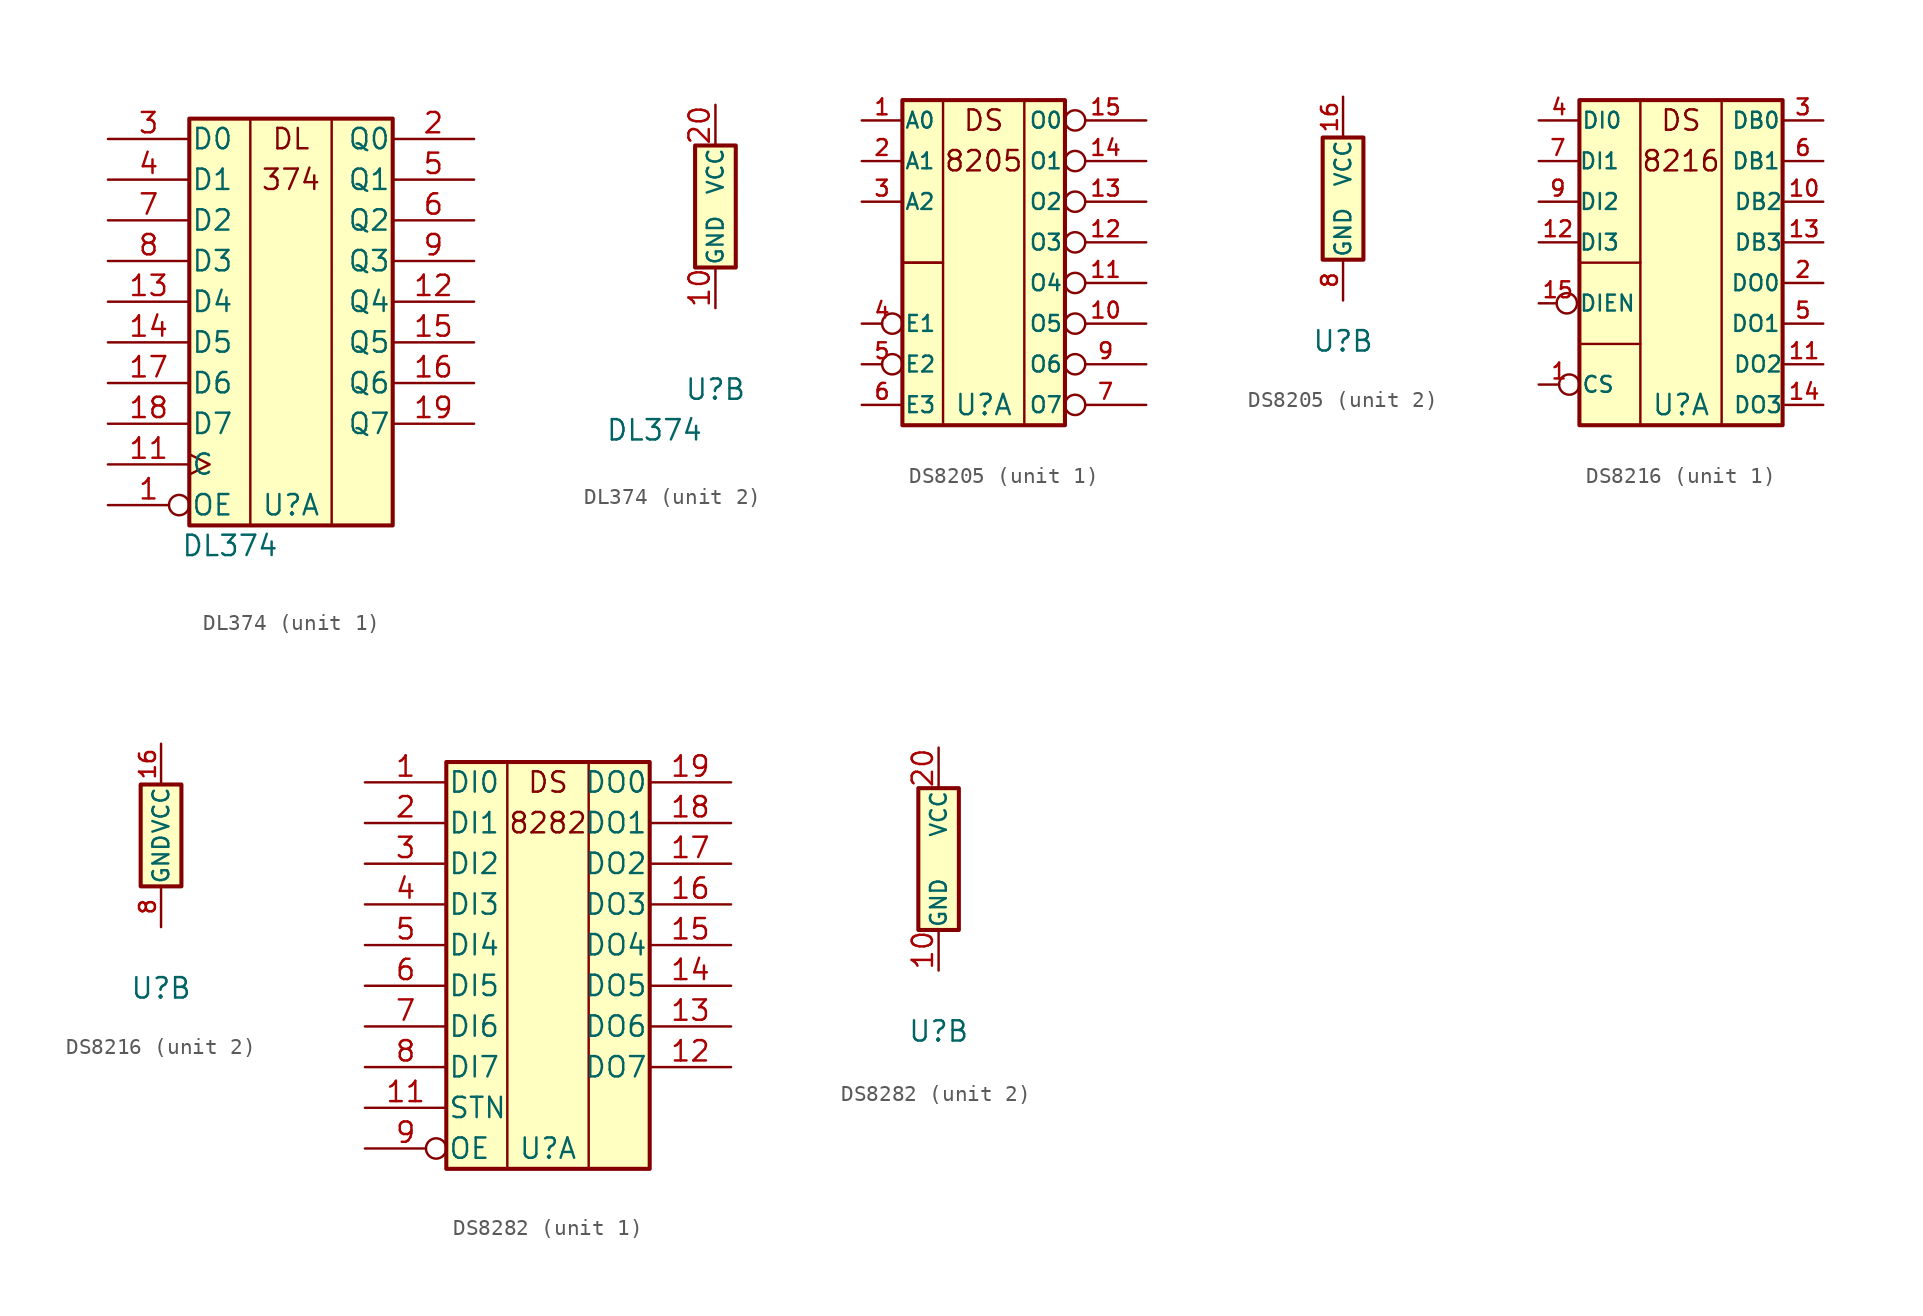
<source format=kicad_sym>
(kicad_symbol_lib
  (version 20211014)
  (generator kicad_symbol_editor)
  (symbol "DL374"
    (pin_names
      (offset 0.102))
    (property "Reference" "U"
      (at 0 -11.43 0)
      (effects (font (size 1.27 1.27))))
    (property "Value" "DL374"
      (at -3.81 -13.97 0)
      (effects (font (size 1.27 1.27))))
    (property "ki_locked" ""
      (at 0 0 0)
      (effects (font (size 1.27 1.27))))
    (symbol "DL374_1_0"
      (pin input inverted (at -11.43 -11.43 0) (length 5.08) (name "OE" (effects (font (size 1.27 1.27)))) (number "1" (effects (font (size 1.27 1.27)))))
      (pin input clock (at -11.43 -8.89 0) (length 5.08) (name "C" (effects (font (size 1.27 1.27)))) (number "11" (effects (font (size 1.27 1.27)))))
      (pin tri_state line (at 11.43 1.27 180) (length 5.08) (name "Q4" (effects (font (size 1.27 1.27)))) (number "12" (effects (font (size 1.27 1.27)))))
      (pin input line (at -11.43 1.27 0) (length 5.08) (name "D4" (effects (font (size 1.27 1.27)))) (number "13" (effects (font (size 1.27 1.27)))))
      (pin input line (at -11.43 -1.27 0) (length 5.08) (name "D5" (effects (font (size 1.27 1.27)))) (number "14" (effects (font (size 1.27 1.27)))))
      (pin tri_state line (at 11.43 -1.27 180) (length 5.08) (name "Q5" (effects (font (size 1.27 1.27)))) (number "15" (effects (font (size 1.27 1.27)))))
      (pin tri_state line (at 11.43 -3.81 180) (length 5.08) (name "Q6" (effects (font (size 1.27 1.27)))) (number "16" (effects (font (size 1.27 1.27)))))
      (pin input line (at -11.43 -3.81 0) (length 5.08) (name "D6" (effects (font (size 1.27 1.27)))) (number "17" (effects (font (size 1.27 1.27)))))
      (pin input line (at -11.43 -6.35 0) (length 5.08) (name "D7" (effects (font (size 1.27 1.27)))) (number "18" (effects (font (size 1.27 1.27)))))
      (pin tri_state line (at 11.43 -6.35 180) (length 5.08) (name "Q7" (effects (font (size 1.27 1.27)))) (number "19" (effects (font (size 1.27 1.27)))))
      (pin tri_state line (at 11.43 11.43 180) (length 5.08) (name "Q0" (effects (font (size 1.27 1.27)))) (number "2" (effects (font (size 1.27 1.27)))))
      (pin input line (at -11.43 11.43 0) (length 5.08) (name "D0" (effects (font (size 1.27 1.27)))) (number "3" (effects (font (size 1.27 1.27)))))
      (pin input line (at -11.43 8.89 0) (length 5.08) (name "D1" (effects (font (size 1.27 1.27)))) (number "4" (effects (font (size 1.27 1.27)))))
      (pin tri_state line (at 11.43 8.89 180) (length 5.08) (name "Q1" (effects (font (size 1.27 1.27)))) (number "5" (effects (font (size 1.27 1.27)))))
      (pin tri_state line (at 11.43 6.35 180) (length 5.08) (name "Q2" (effects (font (size 1.27 1.27)))) (number "6" (effects (font (size 1.27 1.27)))))
      (pin input line (at -11.43 6.35 0) (length 5.08) (name "D2" (effects (font (size 1.27 1.27)))) (number "7" (effects (font (size 1.27 1.27)))))
      (pin input line (at -11.43 3.81 0) (length 5.08) (name "D3" (effects (font (size 1.27 1.27)))) (number "8" (effects (font (size 1.27 1.27)))))
      (pin tri_state line (at 11.43 3.81 180) (length 5.08) (name "Q3" (effects (font (size 1.27 1.27)))) (number "9" (effects (font (size 1.27 1.27))))))
    (symbol "DL374_1_1"
      (rectangle (start -6.35 12.7) (end 6.35 -12.7) (stroke (width 0.254) (type default) (color 0 0 0 0)) (fill (type background)))
      (rectangle (start -2.54 12.7) (end -2.54 -12.7) (stroke (width 0) (type default) (color 0 0 0 0)) (fill (type none)))
      (rectangle (start 2.54 12.7) (end 2.54 -12.7) (stroke (width 0) (type default) (color 0 0 0 0)) (fill (type none)))
      (text "374" (at 0 8.89 0) (effects (font (size 1.27 1.27))))
      (text "DL" (at 0 11.43 0) (effects (font (size 1.27 1.27)))))
    (symbol "DL374_2_0"
      (pin power_in line (at 0 -6.35 90) (length 2.54) (name "GND" (effects (font (size 0.991 0.991)))) (number "10" (effects (font (size 1.27 1.27)))))
      (pin power_in line (at 0 6.35 270) (length 2.54) (name "VCC" (effects (font (size 0.991 0.991)))) (number "20" (effects (font (size 1.27 1.27))))))
    (symbol "DL374_2_1"
      (rectangle (start -1.27 3.81) (end 1.27 -3.81) (stroke (width 0.254) (type default) (color 0 0 0 0)) (fill (type background)))))
  (symbol "DS8205"
    (pin_names
      (offset 0.102))
    (property "Reference" "U"
      (at 0 -8.89 0)
      (effects (font (size 1.27 1.27))))
    (property "ki_locked" ""
      (at 0 0 0)
      (effects (font (size 1.27 1.27))))
    (symbol "DS8205_1_0"
      (text "8205" (at 0 6.35 0) (effects (font (size 1.27 1.27))))
      (text "DS" (at 0 8.89 0) (effects (font (size 1.27 1.27))))
      (pin input line (at -7.62 8.89 0) (length 2.54) (name "A0" (effects (font (size 0.991 0.991)))) (number "1" (effects (font (size 0.991 0.991)))))
      (pin output inverted (at 10.16 -3.81 180) (length 5.08) (name "O5" (effects (font (size 0.991 0.991)))) (number "10" (effects (font (size 0.991 0.991)))))
      (pin output inverted (at 10.16 -1.27 180) (length 5.08) (name "O4" (effects (font (size 0.991 0.991)))) (number "11" (effects (font (size 0.991 0.991)))))
      (pin output inverted (at 10.16 1.27 180) (length 5.08) (name "O3" (effects (font (size 0.991 0.991)))) (number "12" (effects (font (size 0.991 0.991)))))
      (pin output inverted (at 10.16 3.81 180) (length 5.08) (name "O2" (effects (font (size 0.991 0.991)))) (number "13" (effects (font (size 0.991 0.991)))))
      (pin output inverted (at 10.16 6.35 180) (length 5.08) (name "O1" (effects (font (size 0.991 0.991)))) (number "14" (effects (font (size 0.991 0.991)))))
      (pin output inverted (at 10.16 8.89 180) (length 5.08) (name "O0" (effects (font (size 0.991 0.991)))) (number "15" (effects (font (size 0.991 0.991)))))
      (pin input line (at -7.62 6.35 0) (length 2.54) (name "A1" (effects (font (size 0.991 0.991)))) (number "2" (effects (font (size 0.991 0.991)))))
      (pin input line (at -7.62 3.81 0) (length 2.54) (name "A2" (effects (font (size 0.991 0.991)))) (number "3" (effects (font (size 0.991 0.991)))))
      (pin input inverted (at -7.62 -3.81 0) (length 2.54) (name "E1" (effects (font (size 0.991 0.991)))) (number "4" (effects (font (size 0.991 0.991)))))
      (pin input inverted (at -7.62 -6.35 0) (length 2.54) (name "E2" (effects (font (size 0.991 0.991)))) (number "5" (effects (font (size 0.991 0.991)))))
      (pin input line (at -7.62 -8.89 0) (length 2.54) (name "E3" (effects (font (size 0.991 0.991)))) (number "6" (effects (font (size 0.991 0.991)))))
      (pin output inverted (at 10.16 -8.89 180) (length 5.08) (name "O7" (effects (font (size 0.991 0.991)))) (number "7" (effects (font (size 0.991 0.991)))))
      (pin output inverted (at 10.16 -6.35 180) (length 5.08) (name "O6" (effects (font (size 0.991 0.991)))) (number "9" (effects (font (size 0.991 0.991))))))
    (symbol "DS8205_1_1"
      (rectangle (start -5.08 -10.16) (end -2.54 0) (stroke (width 0) (type default) (color 0 0 0 0)) (fill (type none)))
      (rectangle (start -5.08 10.16) (end 5.08 -10.16) (stroke (width 0.254) (type default) (color 0 0 0 0)) (fill (type background)))
      (rectangle (start -2.54 10.16) (end -5.08 0) (stroke (width 0) (type default) (color 0 0 0 0)) (fill (type none)))
      (rectangle (start 2.54 10.16) (end 2.54 -10.16) (stroke (width 0) (type default) (color 0 0 0 0)) (fill (type none))))
    (symbol "DS8205_2_0"
      (pin power_in line (at 0 6.35 270) (length 2.54) (name "VCC" (effects (font (size 0.991 0.991)))) (number "16" (effects (font (size 0.991 0.991)))))
      (pin power_in line (at 0 -6.35 90) (length 2.54) (name "GND" (effects (font (size 0.991 0.991)))) (number "8" (effects (font (size 0.991 0.991))))))
    (symbol "DS8205_2_1"
      (rectangle (start -1.27 3.81) (end 1.27 -3.81) (stroke (width 0.254) (type default) (color 0 0 0 0)) (fill (type background)))))
  (symbol "DS8216"
    (pin_names
      (offset 0.102))
    (property "Reference" "U"
      (at 0 -8.89 0)
      (effects (font (size 1.27 1.27))))
    (property "ki_locked" ""
      (at 0 0 0)
      (effects (font (size 1.27 1.27))))
    (symbol "DS8216_1_0"
      (rectangle (start -6.35 -5.08) (end -2.54 -5.08) (stroke (width 0) (type default) (color 0 0 0 0)) (fill (type none)))
      (text "8216" (at 0 6.35 0) (effects (font (size 1.27 1.27))))
      (text "DS" (at 0 8.89 0) (effects (font (size 1.27 1.27))))
      (pin input inverted (at -8.89 -7.62 0) (length 2.54) (name "CS" (effects (font (size 0.991 0.991)))) (number "1" (effects (font (size 0.991 0.991)))))
      (pin tri_state line (at 8.89 3.81 180) (length 2.388) (name "DB2" (effects (font (size 0.991 0.991)))) (number "10" (effects (font (size 0.991 0.991)))))
      (pin output line (at 8.89 -6.35 180) (length 2.388) (name "DO2" (effects (font (size 0.991 0.991)))) (number "11" (effects (font (size 0.991 0.991)))))
      (pin input line (at -8.89 1.27 0) (length 2.388) (name "DI3" (effects (font (size 0.991 0.991)))) (number "12" (effects (font (size 0.991 0.991)))))
      (pin tri_state line (at 8.89 1.27 180) (length 2.388) (name "DB3" (effects (font (size 0.991 0.991)))) (number "13" (effects (font (size 0.991 0.991)))))
      (pin output line (at 8.89 -8.89 180) (length 2.388) (name "DO3" (effects (font (size 0.991 0.991)))) (number "14" (effects (font (size 0.991 0.991)))))
      (pin input inverted (at -8.89 -2.54 0) (length 2.388) (name "DIEN" (effects (font (size 0.991 0.991)))) (number "15" (effects (font (size 0.991 0.991)))))
      (pin output line (at 8.89 -1.27 180) (length 2.54) (name "DO0" (effects (font (size 0.991 0.991)))) (number "2" (effects (font (size 0.991 0.991)))))
      (pin tri_state line (at 8.89 8.89 180) (length 2.54) (name "DB0" (effects (font (size 0.991 0.991)))) (number "3" (effects (font (size 0.991 0.991)))))
      (pin input line (at -8.89 8.89 0) (length 2.54) (name "DI0" (effects (font (size 0.991 0.991)))) (number "4" (effects (font (size 0.991 0.991)))))
      (pin output line (at 8.89 -3.81 180) (length 2.54) (name "DO1" (effects (font (size 0.991 0.991)))) (number "5" (effects (font (size 0.991 0.991)))))
      (pin tri_state line (at 8.89 6.35 180) (length 2.54) (name "DB1" (effects (font (size 0.991 0.991)))) (number "6" (effects (font (size 0.991 0.991)))))
      (pin input line (at -8.89 6.35 0) (length 2.388) (name "DI1" (effects (font (size 0.991 0.991)))) (number "7" (effects (font (size 0.991 0.991)))))
      (pin input line (at -8.89 3.81 0) (length 2.388) (name "DI2" (effects (font (size 0.991 0.991)))) (number "9" (effects (font (size 0.991 0.991))))))
    (symbol "DS8216_1_1"
      (rectangle (start -6.35 0) (end -2.54 0) (stroke (width 0) (type default) (color 0 0 0 0)) (fill (type none)))
      (rectangle (start -6.35 10.16) (end 6.35 -10.16) (stroke (width 0.254) (type default) (color 0 0 0 0)) (fill (type background)))
      (rectangle (start -2.54 10.16) (end -2.54 -10.16) (stroke (width 0) (type default) (color 0 0 0 0)) (fill (type none)))
      (rectangle (start 2.54 10.16) (end 2.54 -10.16) (stroke (width 0) (type default) (color 0 0 0 0)) (fill (type none))))
    (symbol "DS8216_2_0"
      (pin power_in line (at 0 6.35 270) (length 2.54) (name "VCC" (effects (font (size 0.991 0.991)))) (number "16" (effects (font (size 0.991 0.991)))))
      (pin power_in line (at 0 -5.08 90) (length 2.54) (name "GND" (effects (font (size 0.991 0.991)))) (number "8" (effects (font (size 0.991 0.991))))))
    (symbol "DS8216_2_1"
      (rectangle (start -1.27 3.81) (end 1.27 -2.54) (stroke (width 0.254) (type default) (color 0 0 0 0)) (fill (type background)))))
  (symbol "DS8282"
    (pin_names
      (offset 0.102))
    (property "Reference" "U"
      (at 0 -11.43 0)
      (effects (font (size 1.27 1.27))))
    (property "ki_locked" ""
      (at 0 0 0)
      (effects (font (size 1.27 1.27))))
    (symbol "DS8282_1_0"
      (rectangle (start -2.54 12.7) (end -2.54 -12.7) (stroke (width 0) (type default) (color 0 0 0 0)) (fill (type none)))
      (rectangle (start 2.54 12.7) (end 2.54 -12.7) (stroke (width 0) (type default) (color 0 0 0 0)) (fill (type none)))
      (text "8282" (at 0 8.89 0) (effects (font (size 1.27 1.27))))
      (text "DS" (at 0 11.43 0) (effects (font (size 1.27 1.27))))
      (pin input line (at -11.43 11.43 0) (length 5.08) (name "DI0" (effects (font (size 1.27 1.27)))) (number "1" (effects (font (size 1.27 1.27)))))
      (pin input line (at -11.43 -8.89 0) (length 5.08) (name "STN" (effects (font (size 1.27 1.27)))) (number "11" (effects (font (size 1.27 1.27)))))
      (pin tri_state line (at 11.43 -6.35 180) (length 5.08) (name "DO7" (effects (font (size 1.27 1.27)))) (number "12" (effects (font (size 1.27 1.27)))))
      (pin tri_state line (at 11.43 -3.81 180) (length 5.08) (name "DO6" (effects (font (size 1.27 1.27)))) (number "13" (effects (font (size 1.27 1.27)))))
      (pin tri_state line (at 11.43 -1.27 180) (length 5.08) (name "DO5" (effects (font (size 1.27 1.27)))) (number "14" (effects (font (size 1.27 1.27)))))
      (pin tri_state line (at 11.43 1.27 180) (length 5.08) (name "DO4" (effects (font (size 1.27 1.27)))) (number "15" (effects (font (size 1.27 1.27)))))
      (pin tri_state line (at 11.43 3.81 180) (length 5.08) (name "DO3" (effects (font (size 1.27 1.27)))) (number "16" (effects (font (size 1.27 1.27)))))
      (pin tri_state line (at 11.43 6.35 180) (length 5.08) (name "DO2" (effects (font (size 1.27 1.27)))) (number "17" (effects (font (size 1.27 1.27)))))
      (pin tri_state line (at 11.43 8.89 180) (length 5.08) (name "DO1" (effects (font (size 1.27 1.27)))) (number "18" (effects (font (size 1.27 1.27)))))
      (pin tri_state line (at 11.43 11.43 180) (length 5.08) (name "DO0" (effects (font (size 1.27 1.27)))) (number "19" (effects (font (size 1.27 1.27)))))
      (pin input line (at -11.43 8.89 0) (length 5.08) (name "DI1" (effects (font (size 1.27 1.27)))) (number "2" (effects (font (size 1.27 1.27)))))
      (pin input line (at -11.43 6.35 0) (length 5.08) (name "DI2" (effects (font (size 1.27 1.27)))) (number "3" (effects (font (size 1.27 1.27)))))
      (pin input line (at -11.43 3.81 0) (length 5.08) (name "DI3" (effects (font (size 1.27 1.27)))) (number "4" (effects (font (size 1.27 1.27)))))
      (pin input line (at -11.43 1.27 0) (length 5.08) (name "DI4" (effects (font (size 1.27 1.27)))) (number "5" (effects (font (size 1.27 1.27)))))
      (pin input line (at -11.43 -1.27 0) (length 5.08) (name "DI5" (effects (font (size 1.27 1.27)))) (number "6" (effects (font (size 1.27 1.27)))))
      (pin input line (at -11.43 -3.81 0) (length 5.08) (name "DI6" (effects (font (size 1.27 1.27)))) (number "7" (effects (font (size 1.27 1.27)))))
      (pin input line (at -11.43 -6.35 0) (length 5.08) (name "DI7" (effects (font (size 1.27 1.27)))) (number "8" (effects (font (size 1.27 1.27)))))
      (pin input inverted (at -11.43 -11.43 0) (length 5.08) (name "OE" (effects (font (size 1.27 1.27)))) (number "9" (effects (font (size 1.27 1.27))))))
    (symbol "DS8282_1_1"
      (rectangle (start -6.35 12.7) (end 6.35 -12.7) (stroke (width 0.254) (type default) (color 0 0 0 0)) (fill (type background))))
    (symbol "DS8282_2_0"
      (pin power_in line (at 0 -7.62 90) (length 2.54) (name "GND" (effects (font (size 0.991 0.991)))) (number "10" (effects (font (size 1.27 1.27)))))
      (pin power_in line (at 0 6.35 270) (length 2.54) (name "VCC" (effects (font (size 0.991 0.991)))) (number "20" (effects (font (size 1.27 1.27))))))
    (symbol "DS8282_2_1"
      (rectangle (start -1.27 3.81) (end 1.27 -5.08) (stroke (width 0.254) (type default) (color 0 0 0 0)) (fill (type background))))))
</source>
